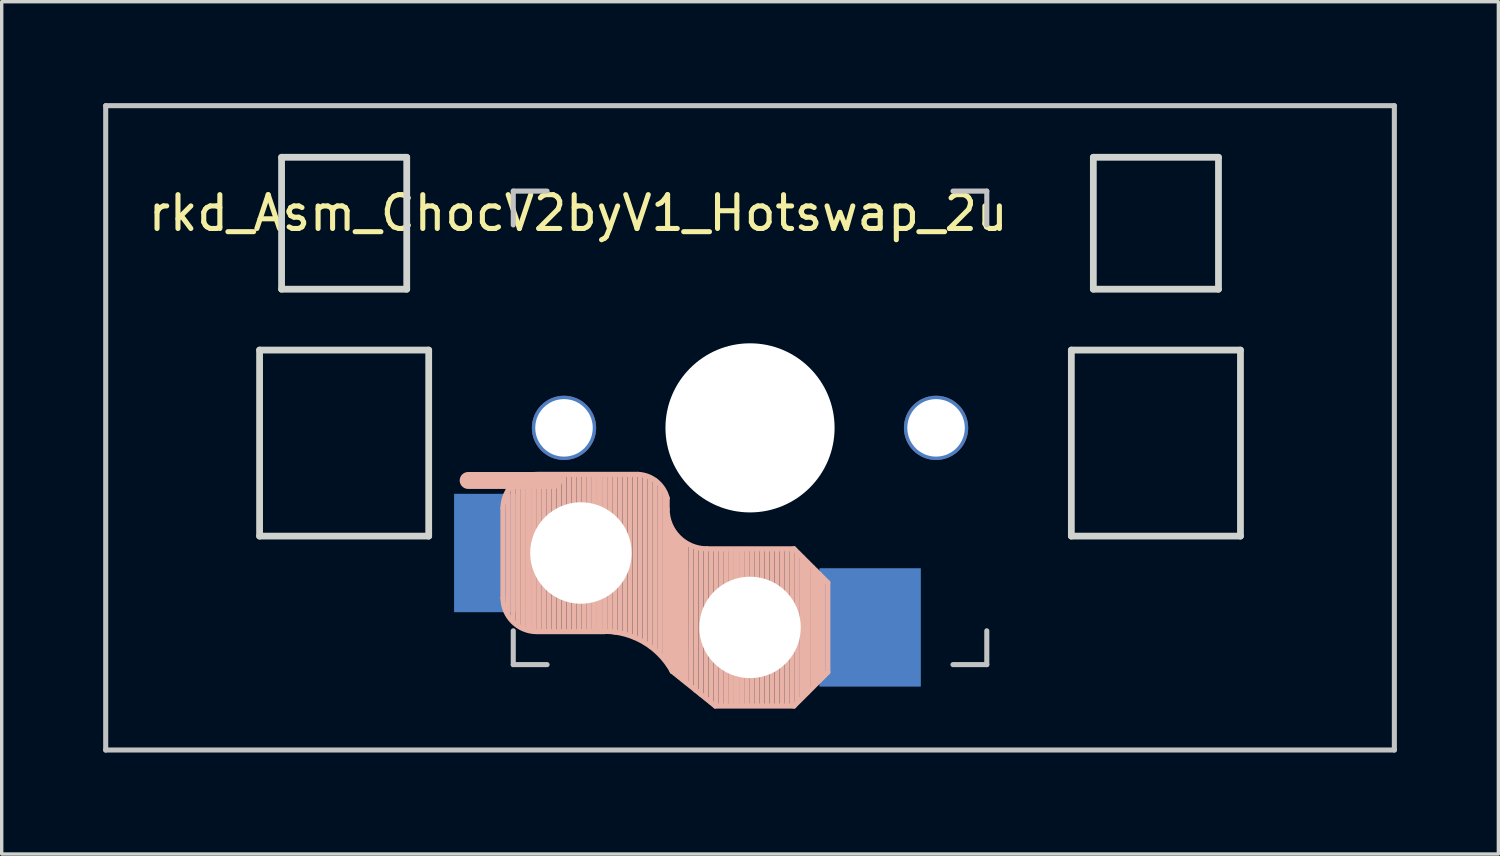
<source format=kicad_pcb>
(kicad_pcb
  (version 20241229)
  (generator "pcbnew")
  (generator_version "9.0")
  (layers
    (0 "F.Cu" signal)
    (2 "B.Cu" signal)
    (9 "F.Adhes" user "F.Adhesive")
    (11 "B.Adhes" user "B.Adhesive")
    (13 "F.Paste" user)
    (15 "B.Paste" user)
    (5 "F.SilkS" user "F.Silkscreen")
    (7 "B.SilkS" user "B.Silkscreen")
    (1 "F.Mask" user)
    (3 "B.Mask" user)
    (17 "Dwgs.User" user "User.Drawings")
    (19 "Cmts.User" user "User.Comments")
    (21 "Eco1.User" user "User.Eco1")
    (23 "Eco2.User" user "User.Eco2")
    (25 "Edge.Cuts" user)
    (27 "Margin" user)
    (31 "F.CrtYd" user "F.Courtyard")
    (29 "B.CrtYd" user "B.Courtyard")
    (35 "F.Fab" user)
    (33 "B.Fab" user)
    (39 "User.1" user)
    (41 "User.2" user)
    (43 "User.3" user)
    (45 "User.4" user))
  (footprint "rkd_Asm_ChocV2byV1_Hotswap_2u"
    (layer "F.Cu")
    (at 19.125 9.6)
    (property "Reference" "rkd_Asm_ChocV2byV1_Hotswap_2u" (at -5.08 -6.35 180) (layer "F.SilkS") (effects (font (size 1 1) (thickness 0.15))))
    (attr through_hole)
    (fp_line (start -7.305 2.375) (end -7.305 5.025) (stroke (width 0.15) (type solid)) (layer "B.SilkS"))
    (fp_line (start -7.15 5.53) (end -7.15 1.85) (stroke (width 0.15) (type solid)) (layer "B.SilkS"))
    (fp_line (start -7 5.7) (end -7 1.73) (stroke (width 0.15) (type solid)) (layer "B.SilkS"))
    (fp_line (start -6.85 5.84) (end -6.85 1.7) (stroke (width 0.15) (type solid)) (layer "B.SilkS"))
    (fp_line (start -6.7 5.92) (end -6.7 1.8) (stroke (width 0.15) (type solid)) (layer "B.SilkS"))
    (fp_line (start -6.55 5.97) (end -6.55 1.65) (stroke (width 0.15) (type solid)) (layer "B.SilkS"))
    (fp_line (start -6.4 6.01) (end -6.4 1.5) (stroke (width 0.15) (type solid)) (layer "B.SilkS"))
    (fp_line (start -6.25 6) (end -6.25 1.4) (stroke (width 0.15) (type solid)) (layer "B.SilkS"))
    (fp_line (start -6.1 6) (end -6.1 1.4) (stroke (width 0.15) (type solid)) (layer "B.SilkS"))
    (fp_line (start -5.95 6) (end -5.95 1.4) (stroke (width 0.15) (type solid)) (layer "B.SilkS"))
    (fp_line (start -5.8 1.555) (end -8.334 1.555) (stroke (width 0.5) (type default)) (layer "B.SilkS"))
    (fp_line (start -5.8 6) (end -5.8 1.4) (stroke (width 0.15) (type solid)) (layer "B.SilkS"))
    (fp_line (start -5.65 6) (end -5.65 1.4) (stroke (width 0.15) (type solid)) (layer "B.SilkS"))
    (fp_line (start -5.5 6) (end -5.5 1.4) (stroke (width 0.15) (type solid)) (layer "B.SilkS"))
    (fp_line (start -5.35 6) (end -5.35 1.4) (stroke (width 0.15) (type solid)) (layer "B.SilkS"))
    (fp_line (start -5.2 6) (end -5.2 1.4) (stroke (width 0.15) (type solid)) (layer "B.SilkS"))
    (fp_line (start -5.05 6) (end -5.05 1.4) (stroke (width 0.15) (type solid)) (layer "B.SilkS"))
    (fp_line (start -4.9 6) (end -4.9 1.4) (stroke (width 0.15) (type solid)) (layer "B.SilkS"))
    (fp_line (start -4.75 6) (end -4.75 1.4) (stroke (width 0.15) (type solid)) (layer "B.SilkS"))
    (fp_line (start -4.6 6) (end -4.6 1.4) (stroke (width 0.15) (type solid)) (layer "B.SilkS"))
    (fp_line (start -4.45 6) (end -4.45 1.4) (stroke (width 0.15) (type solid)) (layer "B.SilkS"))
    (fp_line (start -4.3 6) (end -4.3 1.4) (stroke (width 0.15) (type solid)) (layer "B.SilkS"))
    (fp_line (start -4.3 6.025) (end -6.275 6.025) (stroke (width 0.15) (type solid)) (layer "B.SilkS"))
    (fp_line (start -4.15 6) (end -4.15 1.45) (stroke (width 0.15) (type solid)) (layer "B.SilkS"))
    (fp_line (start -4 6.04) (end -4 1.4) (stroke (width 0.15) (type solid)) (layer "B.SilkS"))
    (fp_line (start -3.85 6.05) (end -3.85 1.4) (stroke (width 0.15) (type solid)) (layer "B.SilkS"))
    (fp_line (start -3.7 6.05) (end -3.7 1.45) (stroke (width 0.15) (type solid)) (layer "B.SilkS"))
    (fp_line (start -3.55 6.1) (end -3.55 1.39) (stroke (width 0.15) (type solid)) (layer "B.SilkS"))
    (fp_line (start -3.4 6.2) (end -3.4 1.38) (stroke (width 0.15) (type solid)) (layer "B.SilkS"))
    (fp_line (start -3.311 1.375) (end -6.275 1.375) (stroke (width 0.15) (type solid)) (layer "B.SilkS"))
    (fp_line (start -3.25 6.25) (end -3.25 1.4) (stroke (width 0.15) (type solid)) (layer "B.SilkS"))
    (fp_line (start -3.1 6.35) (end -3.1 1.43) (stroke (width 0.15) (type solid)) (layer "B.SilkS"))
    (fp_line (start -2.95 6.45) (end -2.95 1.48) (stroke (width 0.15) (type solid)) (layer "B.SilkS"))
    (fp_line (start -2.8 6.55) (end -2.8 1.56) (stroke (width 0.15) (type solid)) (layer "B.SilkS"))
    (fp_line (start -2.65 6.7) (end -2.65 1.75) (stroke (width 0.15) (type solid)) (layer "B.SilkS"))
    (fp_line (start -2.5 6.85) (end -2.5 1.95) (stroke (width 0.15) (type solid)) (layer "B.SilkS"))
    (fp_line (start -2.45 2.4) (end -2.45 2.077) (stroke (width 0.15) (type default)) (layer "B.SilkS"))
    (fp_line (start -2.4 7.02) (end -2.4 2.9) (stroke (width 0.15) (type solid)) (layer "B.SilkS"))
    (fp_line (start -2.3 7.2) (end -2.3 3.05) (stroke (width 0.15) (type solid)) (layer "B.SilkS"))
    (fp_line (start -2.3 7.2) (end -1.025 8.225) (stroke (width 0.15) (type solid)) (layer "B.SilkS"))
    (fp_line (start -2.2 7.27) (end -2.2 3.25) (stroke (width 0.15) (type solid)) (layer "B.SilkS"))
    (fp_line (start -2.1 7.35) (end -2.1 3.35) (stroke (width 0.15) (type solid)) (layer "B.SilkS"))
    (fp_line (start -2 7.43) (end -2 3.4) (stroke (width 0.15) (type solid)) (layer "B.SilkS"))
    (fp_line (start -1.89 7.52) (end -1.9 3.45) (stroke (width 0.15) (type solid)) (layer "B.SilkS"))
    (fp_line (start -1.75 7.62) (end -1.75 3.5) (stroke (width 0.15) (type solid)) (layer "B.SilkS"))
    (fp_line (start -1.6 7.76) (end -1.6 3.6) (stroke (width 0.15) (type solid)) (layer "B.SilkS"))
    (fp_line (start -1.45 7.88) (end -1.45 3.6) (stroke (width 0.15) (type solid)) (layer "B.SilkS"))
    (fp_line (start -1.3 7.99) (end -1.3 3.6) (stroke (width 0.15) (type solid)) (layer "B.SilkS"))
    (fp_line (start -1.15 8.11) (end -1.15 3.65) (stroke (width 0.15) (type solid)) (layer "B.SilkS"))
    (fp_line (start -1 8.2) (end -1 3.6) (stroke (width 0.15) (type solid)) (layer "B.SilkS"))
    (fp_line (start -0.85 8.2) (end -0.85 3.6) (stroke (width 0.15) (type solid)) (layer "B.SilkS"))
    (fp_line (start -0.7 8.2) (end -0.7 3.6) (stroke (width 0.15) (type solid)) (layer "B.SilkS"))
    (fp_line (start -0.55 8.2) (end -0.55 3.6) (stroke (width 0.15) (type solid)) (layer "B.SilkS"))
    (fp_line (start -0.4 8.2) (end -0.4 3.6) (stroke (width 0.15) (type solid)) (layer "B.SilkS"))
    (fp_line (start -0.25 8.2) (end -0.25 3.6) (stroke (width 0.15) (type solid)) (layer "B.SilkS"))
    (fp_line (start -0.1 8.2) (end -0.1 3.6) (stroke (width 0.15) (type solid)) (layer "B.SilkS"))
    (fp_line (start 0.05 8.2) (end 0.05 3.6) (stroke (width 0.15) (type solid)) (layer "B.SilkS"))
    (fp_line (start 0.2 8.2) (end 0.2 3.6) (stroke (width 0.15) (type solid)) (layer "B.SilkS"))
    (fp_line (start 0.35 8.2) (end 0.35 3.6) (stroke (width 0.15) (type solid)) (layer "B.SilkS"))
    (fp_line (start 0.5 8.2) (end 0.5 3.6) (stroke (width 0.15) (type solid)) (layer "B.SilkS"))
    (fp_line (start 0.65 8.2) (end 0.65 3.6) (stroke (width 0.15) (type solid)) (layer "B.SilkS"))
    (fp_line (start 0.8 8.2) (end 0.8 3.6) (stroke (width 0.15) (type solid)) (layer "B.SilkS"))
    (fp_line (start 0.95 8.2) (end 0.95 3.6) (stroke (width 0.15) (type solid)) (layer "B.SilkS"))
    (fp_line (start 1.1 8.2) (end 1.1 3.6) (stroke (width 0.15) (type solid)) (layer "B.SilkS"))
    (fp_line (start 1.25 8.2) (end 1.25 3.6) (stroke (width 0.15) (type solid)) (layer "B.SilkS"))
    (fp_line (start 1.3 3.575) (end -1.275 3.575) (stroke (width 0.15) (type solid)) (layer "B.SilkS"))
    (fp_line (start 1.3 8.225) (end -1.025 8.225) (stroke (width 0.15) (type solid)) (layer "B.SilkS"))
    (fp_line (start 1.4 8.09) (end 1.4 3.7) (stroke (width 0.15) (type solid)) (layer "B.SilkS"))
    (fp_line (start 1.55 7.95) (end 1.55 3.83) (stroke (width 0.15) (type solid)) (layer "B.SilkS"))
    (fp_line (start 1.7 7.82) (end 1.7 3.99) (stroke (width 0.15) (type solid)) (layer "B.SilkS"))
    (fp_line (start 1.85 7.66) (end 1.85 4.13) (stroke (width 0.15) (type solid)) (layer "B.SilkS"))
    (fp_line (start 1.95 7.56) (end 1.95 4.23) (stroke (width 0.15) (type solid)) (layer "B.SilkS"))
    (fp_line (start 2.05 7.45) (end 2.05 4.33) (stroke (width 0.15) (type solid)) (layer "B.SilkS"))
    (fp_line (start 2.15 7.37) (end 2.15 4.44) (stroke (width 0.15) (type solid)) (layer "B.SilkS"))
    (fp_line (start 2.3 4.575) (end 1.3 3.575) (stroke (width 0.15) (type solid)) (layer "B.SilkS"))
    (fp_line (start 2.3 4.575) (end 2.3 7.225) (stroke (width 0.15) (type solid)) (layer "B.SilkS"))
    (fp_line (start 2.3 7.225) (end 1.3 8.225) (stroke (width 0.15) (type solid)) (layer "B.SilkS"))
    (fp_arc (start -7.305 2.375) (mid -7.012107 1.667893) (end -6.305 1.375) (stroke (width 0.15) (type solid)) (layer "B.SilkS"))
    (fp_arc (start -6.305 6.025) (mid -7.012107 5.732107) (end -7.305 5.025) (stroke (width 0.15) (type solid)) (layer "B.SilkS"))
    (fp_arc (start -4.3 6.017458) (mid -3.138277 6.335211) (end -2.3 7.2) (stroke (width 0.15) (type solid)) (layer "B.SilkS"))
    (fp_arc (start -3.311204 1.375) (mid -2.763915 1.58277) (end -2.45 2.076887) (stroke (width 0.15) (type solid)) (layer "B.SilkS"))
    (fp_arc (start -1.275 3.575) (mid -2.10585 3.23085) (end -2.45 2.4) (stroke (width 0.15) (type solid)) (layer "B.SilkS"))
    (fp_line (start -19.05 -9.525) (end 19.05 -9.525) (stroke (width 0.15) (type solid)) (layer "Dwgs.User"))
    (fp_line (start -19.05 9.525) (end -19.05 -9.525) (stroke (width 0.15) (type solid)) (layer "Dwgs.User"))
    (fp_line (start -7 -7) (end -6 -7) (stroke (width 0.15) (type solid)) (layer "Dwgs.User"))
    (fp_line (start -7 -6) (end -7 -7) (stroke (width 0.15) (type solid)) (layer "Dwgs.User"))
    (fp_line (start -7 7) (end -7 6) (stroke (width 0.15) (type solid)) (layer "Dwgs.User"))
    (fp_line (start -6 7) (end -7 7) (stroke (width 0.15) (type solid)) (layer "Dwgs.User"))
    (fp_line (start 6 7) (end 7 7) (stroke (width 0.15) (type solid)) (layer "Dwgs.User"))
    (fp_line (start 7 -7) (end 6 -7) (stroke (width 0.15) (type solid)) (layer "Dwgs.User"))
    (fp_line (start 7 -6) (end 7 -7) (stroke (width 0.15) (type solid)) (layer "Dwgs.User"))
    (fp_line (start 7 7) (end 7 6) (stroke (width 0.15) (type solid)) (layer "Dwgs.User"))
    (fp_line (start 19.05 -9.525) (end 19.05 9.525) (stroke (width 0.15) (type solid)) (layer "Dwgs.User"))
    (fp_line (start 19.05 9.525) (end -19.05 9.525) (stroke (width 0.15) (type solid)) (layer "Dwgs.User"))
    (fp_line (start -14.5 -2.3) (end -9.5 -2.3) (stroke (width 0.2) (type solid)) (layer "Edge.Cuts"))
    (fp_line (start -14.5 3.2) (end -14.5 -2.3) (stroke (width 0.2) (type solid)) (layer "Edge.Cuts"))
    (fp_line (start -13.85 -8) (end -10.15 -8) (stroke (width 0.2) (type solid)) (layer "Edge.Cuts"))
    (fp_line (start -13.85 -4.1) (end -13.85 -8) (stroke (width 0.2) (type solid)) (layer "Edge.Cuts"))
    (fp_line (start -10.15 -8) (end -10.15 -4.1) (stroke (width 0.2) (type solid)) (layer "Edge.Cuts"))
    (fp_line (start -10.15 -4.1) (end -13.85 -4.1) (stroke (width 0.2) (type solid)) (layer "Edge.Cuts"))
    (fp_line (start -9.5 -2.3) (end -9.5 3.2) (stroke (width 0.2) (type solid)) (layer "Edge.Cuts"))
    (fp_line (start -9.5 3.2) (end -14.5 3.2) (stroke (width 0.2) (type solid)) (layer "Edge.Cuts"))
    (fp_line (start 9.5 -2.3) (end 9.5 3.2) (stroke (width 0.2) (type solid)) (layer "Edge.Cuts"))
    (fp_line (start 9.5 3.2) (end 14.5 3.2) (stroke (width 0.2) (type solid)) (layer "Edge.Cuts"))
    (fp_line (start 10.15 -8) (end 10.15 -4.1) (stroke (width 0.2) (type solid)) (layer "Edge.Cuts"))
    (fp_line (start 10.15 -4.1) (end 13.85 -4.1) (stroke (width 0.2) (type solid)) (layer "Edge.Cuts"))
    (fp_line (start 13.85 -8) (end 10.15 -8) (stroke (width 0.2) (type solid)) (layer "Edge.Cuts"))
    (fp_line (start 13.85 -8) (end 13.85 -4.1) (stroke (width 0.2) (type solid)) (layer "Edge.Cuts"))
    (fp_line (start 14.5 -2.3) (end 9.5 -2.3) (stroke (width 0.2) (type solid)) (layer "Edge.Cuts"))
    (fp_line (start 14.5 3.2) (end 14.5 -2.3) (stroke (width 0.2) (type solid)) (layer "Edge.Cuts"))
    (pad "" np_thru_hole circle (at -5.5 0) (size 1.9 1.9) (drill 1.7) (layers "*.Cu" "*.Mask"))
    (pad "" np_thru_hole circle (at -5 3.7 90) (size 3 3) (drill 3) (layers "*.Cu" "*.Mask"))
    (pad "" np_thru_hole circle (at 0 0 90) (size 5 5) (drill 5) (layers "*.Cu" "*.Mask"))
    (pad "" np_thru_hole circle (at 0 5.9 90) (size 3 3) (drill 3) (layers "*.Cu" "*.Mask"))
    (pad "" np_thru_hole circle (at 5.5 0) (size 1.9 1.9) (drill 1.7) (layers "*.Cu" "*.Mask"))
    (pad "1" smd rect (at -7.8 3.7 180) (size 1.9 3.5) (layers "B.Cu" "B.Mask" "B.Paste"))
    (pad "2" smd rect (at 3.55 5.9 180) (size 3 3.5) (layers "B.Cu" "B.Mask" "B.Paste")))
  (gr_rect
    (start -3 -3)
    (end 41.25 22.2)
    (stroke (width 0.1) (type default))
    (fill no)
    (layer "Edge.Cuts")))
</source>
